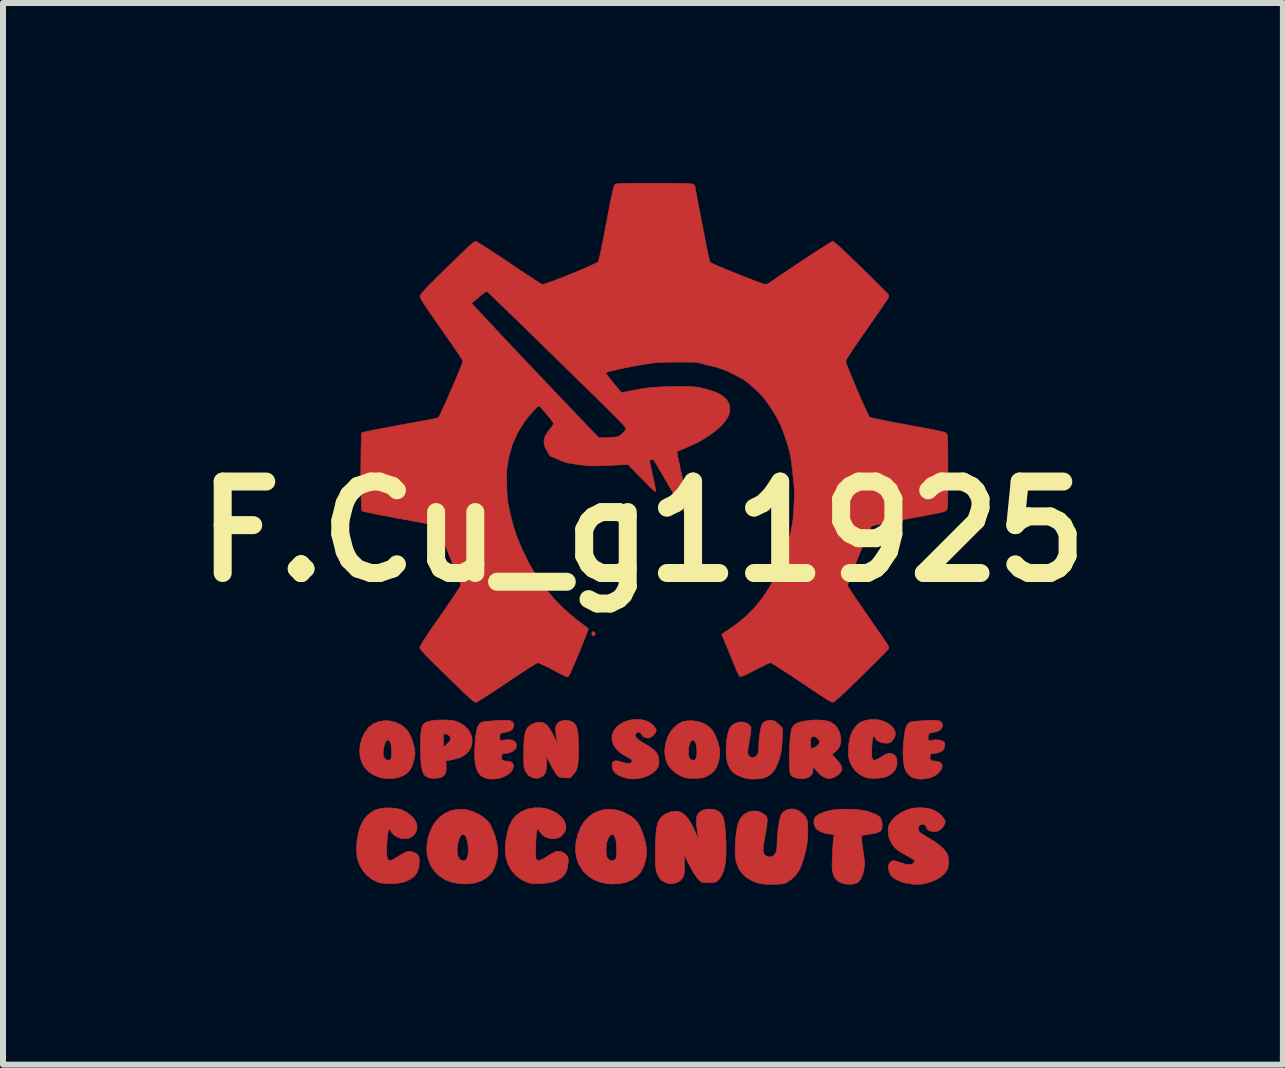
<source format=kicad_pcb>
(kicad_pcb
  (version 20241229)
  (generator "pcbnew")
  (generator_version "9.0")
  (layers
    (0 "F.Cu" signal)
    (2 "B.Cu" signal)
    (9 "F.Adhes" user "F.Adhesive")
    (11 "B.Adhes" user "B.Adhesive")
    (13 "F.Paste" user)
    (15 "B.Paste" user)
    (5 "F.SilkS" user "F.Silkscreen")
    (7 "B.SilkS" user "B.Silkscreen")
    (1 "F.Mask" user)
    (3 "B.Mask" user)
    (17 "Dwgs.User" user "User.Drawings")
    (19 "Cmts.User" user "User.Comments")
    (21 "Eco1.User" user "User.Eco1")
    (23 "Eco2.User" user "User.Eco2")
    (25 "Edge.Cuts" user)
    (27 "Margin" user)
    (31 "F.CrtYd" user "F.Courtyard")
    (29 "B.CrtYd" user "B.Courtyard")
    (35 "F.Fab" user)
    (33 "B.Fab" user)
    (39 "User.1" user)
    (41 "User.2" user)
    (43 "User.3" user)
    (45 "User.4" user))
  (footprint "F.Cu_g11925"
    (layer "F.Cu")
    (at 7.664 5.809)
    (property "Reference" "F.Cu_g11925" (at 0 0 0) (layer "F.SilkS") (effects (font (size 1.524 1.524) (thickness 0.3))))
    (attr through_hole)
    (fp_poly (pts (xy -0.809 1.679) (xy -0.806 1.682) (xy -0.789 1.697) (xy -0.792 1.708) (xy -0.806 1.72) (xy -0.833 1.737) (xy -0.847 1.733) (xy -0.851 1.708) (xy -0.851 1.702) (xy -0.847 1.672) (xy -0.835 1.665) (xy -0.809 1.679)) (stroke (width 0.01) (type solid)) (fill yes) (layer "F.Cu"))
    (fp_poly (pts (xy -4.215 3.154) (xy -4.119 3.178) (xy -4.029 3.222) (xy -3.958 3.276) (xy -3.913 3.331) (xy -3.872 3.406) (xy -3.838 3.495) (xy -3.812 3.595) (xy -3.807 3.62) (xy -3.801 3.666) (xy -3.799 3.705) (xy -3.804 3.745) (xy -3.815 3.797) (xy -3.82 3.815) (xy -3.847 3.904) (xy -3.883 3.972) (xy -3.931 4.024) (xy -3.995 4.065) (xy -4.056 4.09) (xy -4.124 4.106) (xy -4.206 4.113) (xy -4.29 4.112) (xy -4.367 4.101) (xy -4.381 4.097) (xy -4.485 4.057) (xy -4.572 3.999) (xy -4.641 3.924) (xy -4.682 3.854) (xy -4.712 3.76) (xy -4.719 3.685) (xy -4.33 3.685) (xy -4.327 3.733) (xy -4.326 3.738) (xy -4.307 3.777) (xy -4.278 3.802) (xy -4.244 3.811) (xy -4.213 3.799) (xy -4.203 3.79) (xy -4.193 3.764) (xy -4.188 3.721) (xy -4.186 3.667) (xy -4.189 3.61) (xy -4.196 3.558) (xy -4.207 3.517) (xy -4.208 3.514) (xy -4.229 3.479) (xy -4.251 3.47) (xy -4.275 3.486) (xy -4.297 3.521) (xy -4.313 3.568) (xy -4.325 3.627) (xy -4.33 3.685) (xy -4.719 3.685) (xy -4.721 3.657) (xy -4.712 3.552) (xy -4.684 3.448) (xy -4.639 3.353) (xy -4.579 3.271) (xy -4.564 3.257) (xy -4.49 3.201) (xy -4.404 3.166) (xy -4.311 3.15) (xy -4.215 3.154)) (stroke (width 0.01) (type solid)) (fill yes) (layer "F.Cu"))
    (fp_poly (pts (xy 0.908 3.161) (xy 0.958 3.176) (xy 1.044 3.214) (xy 1.109 3.26) (xy 1.16 3.316) (xy 1.194 3.373) (xy 1.24 3.481) (xy 1.269 3.586) (xy 1.28 3.683) (xy 1.279 3.725) (xy 1.262 3.831) (xy 1.231 3.918) (xy 1.184 3.988) (xy 1.12 4.044) (xy 1.069 4.073) (xy 1.03 4.09) (xy 0.992 4.101) (xy 0.948 4.107) (xy 0.889 4.11) (xy 0.877 4.111) (xy 0.818 4.111) (xy 0.762 4.108) (xy 0.72 4.104) (xy 0.708 4.102) (xy 0.628 4.072) (xy 0.55 4.025) (xy 0.481 3.966) (xy 0.426 3.901) (xy 0.4 3.853) (xy 0.369 3.748) (xy 0.364 3.666) (xy 0.756 3.666) (xy 0.76 3.732) (xy 0.775 3.777) (xy 0.801 3.802) (xy 0.839 3.81) (xy 0.839 3.81) (xy 0.864 3.806) (xy 0.88 3.788) (xy 0.89 3.763) (xy 0.898 3.719) (xy 0.899 3.66) (xy 0.895 3.598) (xy 0.885 3.542) (xy 0.874 3.509) (xy 0.852 3.479) (xy 0.829 3.472) (xy 0.807 3.485) (xy 0.786 3.516) (xy 0.77 3.561) (xy 0.759 3.619) (xy 0.756 3.666) (xy 0.364 3.666) (xy 0.362 3.637) (xy 0.379 3.522) (xy 0.419 3.407) (xy 0.422 3.4) (xy 0.467 3.323) (xy 0.526 3.255) (xy 0.592 3.201) (xy 0.656 3.17) (xy 0.734 3.153) (xy 0.822 3.151) (xy 0.908 3.161)) (stroke (width 0.01) (type solid)) (fill yes) (layer "F.Cu"))
    (fp_poly (pts (xy -2.982 4.627) (xy -2.904 4.642) (xy -2.806 4.675) (xy -2.716 4.721) (xy -2.637 4.776) (xy -2.575 4.837) (xy -2.54 4.89) (xy -2.497 4.986) (xy -2.461 5.086) (xy -2.435 5.186) (xy -2.42 5.278) (xy -2.417 5.357) (xy -2.419 5.375) (xy -2.432 5.451) (xy -2.452 5.529) (xy -2.478 5.602) (xy -2.507 5.661) (xy -2.528 5.693) (xy -2.604 5.765) (xy -2.697 5.819) (xy -2.804 5.854) (xy -2.926 5.87) (xy -3.056 5.866) (xy -3.183 5.843) (xy -3.294 5.8) (xy -3.39 5.739) (xy -3.47 5.663) (xy -3.532 5.573) (xy -3.575 5.472) (xy -3.599 5.361) (xy -3.601 5.276) (xy -3.096 5.276) (xy -3.096 5.348) (xy -3.084 5.408) (xy -3.081 5.416) (xy -3.055 5.457) (xy -3.021 5.481) (xy -2.985 5.486) (xy -2.952 5.47) (xy -2.939 5.455) (xy -2.922 5.413) (xy -2.913 5.354) (xy -2.911 5.285) (xy -2.917 5.213) (xy -2.928 5.145) (xy -2.947 5.088) (xy -2.949 5.082) (xy -2.973 5.053) (xy -3.002 5.045) (xy -3.03 5.06) (xy -3.039 5.071) (xy -3.067 5.129) (xy -3.086 5.2) (xy -3.096 5.276) (xy -3.601 5.276) (xy -3.602 5.242) (xy -3.584 5.117) (xy -3.543 4.988) (xy -3.524 4.944) (xy -3.465 4.843) (xy -3.389 4.759) (xy -3.3 4.694) (xy -3.201 4.649) (xy -3.094 4.627) (xy -2.982 4.627)) (stroke (width 0.01) (type solid)) (fill yes) (layer "F.Cu"))
    (fp_poly (pts (xy -0.446 4.637) (xy -0.328 4.673) (xy -0.212 4.735) (xy -0.195 4.745) (xy -0.139 4.79) (xy -0.092 4.844) (xy -0.051 4.913) (xy -0.014 5.001) (xy 0.006 5.058) (xy 0.04 5.175) (xy 0.058 5.28) (xy 0.059 5.378) (xy 0.044 5.475) (xy 0.013 5.578) (xy 0.01 5.586) (xy -0.036 5.673) (xy -0.101 5.746) (xy -0.183 5.803) (xy -0.282 5.843) (xy -0.394 5.866) (xy -0.519 5.871) (xy -0.58 5.867) (xy -0.707 5.843) (xy -0.819 5.798) (xy -0.917 5.736) (xy -0.997 5.657) (xy -1.059 5.563) (xy -1.101 5.456) (xy -1.122 5.339) (xy -1.121 5.306) (xy -0.616 5.306) (xy -0.612 5.366) (xy -0.603 5.414) (xy -0.593 5.438) (xy -0.559 5.472) (xy -0.52 5.485) (xy -0.482 5.476) (xy -0.462 5.46) (xy -0.451 5.444) (xy -0.444 5.422) (xy -0.44 5.39) (xy -0.438 5.34) (xy -0.438 5.298) (xy -0.442 5.207) (xy -0.452 5.136) (xy -0.468 5.083) (xy -0.488 5.052) (xy -0.512 5.041) (xy -0.539 5.054) (xy -0.568 5.09) (xy -0.592 5.138) (xy -0.606 5.184) (xy -0.614 5.243) (xy -0.616 5.306) (xy -1.121 5.306) (xy -1.12 5.212) (xy -1.117 5.186) (xy -1.089 5.056) (xy -1.044 4.939) (xy -0.984 4.839) (xy -0.91 4.756) (xy -0.823 4.693) (xy -0.79 4.677) (xy -0.678 4.638) (xy -0.562 4.625) (xy -0.446 4.637)) (stroke (width 0.01) (type solid)) (fill yes) (layer "F.Cu"))
    (fp_poly (pts (xy 3.942 3.139) (xy 4.015 3.161) (xy 4.079 3.193) (xy 4.133 3.232) (xy 4.174 3.277) (xy 4.199 3.326) (xy 4.206 3.378) (xy 4.192 3.431) (xy 4.16 3.477) (xy 4.134 3.504) (xy 4.11 3.518) (xy 4.08 3.523) (xy 4.042 3.524) (xy 3.979 3.517) (xy 3.925 3.496) (xy 3.886 3.465) (xy 3.867 3.431) (xy 3.856 3.411) (xy 3.844 3.407) (xy 3.834 3.423) (xy 3.825 3.461) (xy 3.818 3.52) (xy 3.813 3.596) (xy 3.811 3.671) (xy 3.813 3.738) (xy 3.82 3.782) (xy 3.837 3.805) (xy 3.864 3.808) (xy 3.906 3.791) (xy 3.964 3.757) (xy 3.974 3.751) (xy 4.028 3.719) (xy 4.068 3.7) (xy 4.101 3.694) (xy 4.113 3.693) (xy 4.168 3.706) (xy 4.207 3.737) (xy 4.229 3.786) (xy 4.234 3.85) (xy 4.227 3.903) (xy 4.201 3.968) (xy 4.154 4.024) (xy 4.091 4.067) (xy 4.056 4.082) (xy 3.991 4.099) (xy 3.914 4.109) (xy 3.834 4.111) (xy 3.76 4.106) (xy 3.702 4.093) (xy 3.701 4.092) (xy 3.615 4.049) (xy 3.54 3.987) (xy 3.5 3.938) (xy 3.454 3.855) (xy 3.428 3.762) (xy 3.42 3.656) (xy 3.428 3.55) (xy 3.447 3.447) (xy 3.473 3.363) (xy 3.51 3.293) (xy 3.551 3.239) (xy 3.588 3.202) (xy 3.622 3.177) (xy 3.665 3.159) (xy 3.698 3.148) (xy 3.781 3.131) (xy 3.863 3.129) (xy 3.942 3.139)) (stroke (width 0.01) (type solid)) (fill yes) (layer "F.Cu"))
    (fp_poly (pts (xy -3.284 3.139) (xy -3.216 3.143) (xy -3.166 3.148) (xy -3.125 3.157) (xy -3.087 3.171) (xy -3.064 3.181) (xy -2.983 3.229) (xy -2.92 3.288) (xy -2.877 3.355) (xy -2.852 3.427) (xy -2.846 3.501) (xy -2.859 3.573) (xy -2.89 3.641) (xy -2.94 3.699) (xy -3.008 3.746) (xy -3.072 3.772) (xy -3.127 3.788) (xy -3.183 3.801) (xy -3.221 3.808) (xy -3.283 3.817) (xy -3.279 3.903) (xy -3.28 3.977) (xy -3.293 4.03) (xy -3.318 4.067) (xy -3.344 4.085) (xy -3.396 4.102) (xy -3.46 4.11) (xy -3.525 4.108) (xy -3.575 4.097) (xy -3.612 4.078) (xy -3.642 4.055) (xy -3.646 4.05) (xy -3.668 4.007) (xy -3.685 3.945) (xy -3.697 3.861) (xy -3.705 3.754) (xy -3.708 3.624) (xy -3.708 3.59) (xy -3.707 3.48) (xy -3.707 3.461) (xy -3.327 3.461) (xy -3.327 3.505) (xy -3.325 3.545) (xy -3.321 3.573) (xy -3.317 3.581) (xy -3.302 3.573) (xy -3.277 3.552) (xy -3.26 3.537) (xy -3.222 3.494) (xy -3.206 3.459) (xy -3.21 3.426) (xy -3.218 3.411) (xy -3.241 3.389) (xy -3.274 3.374) (xy -3.305 3.37) (xy -3.318 3.374) (xy -3.323 3.388) (xy -3.326 3.42) (xy -3.327 3.461) (xy -3.707 3.461) (xy -3.704 3.392) (xy -3.697 3.323) (xy -3.687 3.271) (xy -3.673 3.233) (xy -3.654 3.205) (xy -3.638 3.189) (xy -3.598 3.169) (xy -3.537 3.154) (xy -3.459 3.143) (xy -3.368 3.138) (xy -3.284 3.139)) (stroke (width 0.01) (type solid)) (fill yes) (layer "F.Cu"))
    (fp_poly (pts (xy 2.183 3.152) (xy 2.216 3.17) (xy 2.253 3.202) (xy 2.265 3.214) (xy 2.327 3.276) (xy 2.321 3.457) (xy 2.315 3.557) (xy 2.307 3.639) (xy 2.293 3.713) (xy 2.272 3.787) (xy 2.242 3.868) (xy 2.239 3.876) (xy 2.196 3.966) (xy 2.141 4.034) (xy 2.075 4.081) (xy 1.993 4.11) (xy 1.902 4.121) (xy 1.848 4.122) (xy 1.798 4.122) (xy 1.764 4.12) (xy 1.759 4.119) (xy 1.698 4.106) (xy 1.632 4.083) (xy 1.573 4.058) (xy 1.549 4.044) (xy 1.492 4.001) (xy 1.45 3.948) (xy 1.421 3.892) (xy 1.402 3.831) (xy 1.39 3.751) (xy 1.385 3.66) (xy 1.388 3.563) (xy 1.396 3.468) (xy 1.411 3.38) (xy 1.432 3.306) (xy 1.444 3.279) (xy 1.48 3.232) (xy 1.532 3.196) (xy 1.595 3.175) (xy 1.639 3.17) (xy 1.694 3.178) (xy 1.744 3.199) (xy 1.781 3.229) (xy 1.799 3.261) (xy 1.8 3.285) (xy 1.796 3.33) (xy 1.789 3.389) (xy 1.778 3.457) (xy 1.773 3.486) (xy 1.759 3.566) (xy 1.75 3.626) (xy 1.747 3.668) (xy 1.748 3.697) (xy 1.751 3.711) (xy 1.776 3.748) (xy 1.811 3.765) (xy 1.85 3.763) (xy 1.887 3.74) (xy 1.906 3.716) (xy 1.919 3.688) (xy 1.927 3.652) (xy 1.93 3.601) (xy 1.93 3.567) (xy 1.933 3.499) (xy 1.939 3.426) (xy 1.949 3.354) (xy 1.961 3.289) (xy 1.974 3.237) (xy 1.988 3.205) (xy 1.988 3.204) (xy 2.029 3.164) (xy 2.083 3.144) (xy 2.145 3.143) (xy 2.183 3.152)) (stroke (width 0.01) (type solid)) (fill yes) (layer "F.Cu"))
    (fp_poly (pts (xy -2.242 3.144) (xy -2.216 3.146) (xy -2.216 3.147) (xy -2.175 3.17) (xy -2.153 3.205) (xy -2.154 3.25) (xy -2.159 3.263) (xy -2.183 3.3) (xy -2.223 3.325) (xy -2.282 3.341) (xy -2.304 3.345) (xy -2.349 3.354) (xy -2.375 3.369) (xy -2.385 3.397) (xy -2.387 3.431) (xy -2.381 3.468) (xy -2.364 3.486) (xy -2.338 3.48) (xy -2.336 3.479) (xy -2.314 3.472) (xy -2.276 3.468) (xy -2.246 3.467) (xy -2.182 3.474) (xy -2.137 3.496) (xy -2.113 3.53) (xy -2.109 3.56) (xy -2.114 3.595) (xy -2.125 3.621) (xy -2.166 3.658) (xy -2.222 3.684) (xy -2.282 3.696) (xy -2.288 3.696) (xy -2.324 3.697) (xy -2.342 3.704) (xy -2.351 3.722) (xy -2.355 3.741) (xy -2.357 3.783) (xy -2.343 3.808) (xy -2.309 3.821) (xy -2.275 3.823) (xy -2.216 3.829) (xy -2.179 3.85) (xy -2.161 3.886) (xy -2.159 3.908) (xy -2.171 3.96) (xy -2.204 4.008) (xy -2.255 4.05) (xy -2.319 4.084) (xy -2.392 4.109) (xy -2.471 4.121) (xy -2.551 4.121) (xy -2.59 4.114) (xy -2.654 4.094) (xy -2.707 4.06) (xy -2.747 4.011) (xy -2.776 3.946) (xy -2.795 3.862) (xy -2.804 3.758) (xy -2.804 3.633) (xy -2.802 3.594) (xy -2.794 3.471) (xy -2.782 3.372) (xy -2.767 3.294) (xy -2.746 3.237) (xy -2.721 3.198) (xy -2.69 3.176) (xy -2.689 3.175) (xy -2.662 3.169) (xy -2.616 3.163) (xy -2.556 3.157) (xy -2.487 3.152) (xy -2.416 3.147) (xy -2.348 3.144) (xy -2.288 3.143) (xy -2.242 3.144)) (stroke (width 0.01) (type solid)) (fill yes) (layer "F.Cu"))
    (fp_poly (pts (xy -0.053 3.128) (xy 0.031 3.145) (xy 0.106 3.176) (xy 0.168 3.223) (xy 0.205 3.271) (xy 0.219 3.298) (xy 0.221 3.318) (xy 0.21 3.345) (xy 0.205 3.354) (xy 0.178 3.389) (xy 0.141 3.419) (xy 0.137 3.422) (xy 0.104 3.437) (xy 0.075 3.439) (xy 0.041 3.431) (xy 0.003 3.415) (xy -0.019 3.39) (xy -0.024 3.378) (xy -0.044 3.349) (xy -0.071 3.339) (xy -0.1 3.346) (xy -0.121 3.369) (xy -0.127 3.398) (xy -0.121 3.421) (xy -0.102 3.445) (xy -0.067 3.473) (xy -0.014 3.508) (xy 0.025 3.531) (xy 0.112 3.584) (xy 0.176 3.633) (xy 0.222 3.681) (xy 0.25 3.731) (xy 0.264 3.786) (xy 0.267 3.83) (xy 0.257 3.903) (xy 0.225 3.964) (xy 0.171 4.015) (xy 0.162 4.022) (xy 0.056 4.079) (xy -0.055 4.112) (xy -0.167 4.121) (xy -0.265 4.109) (xy -0.357 4.083) (xy -0.426 4.05) (xy -0.474 4.01) (xy -0.503 3.962) (xy -0.513 3.924) (xy -0.515 3.871) (xy -0.502 3.837) (xy -0.471 3.82) (xy -0.423 3.82) (xy -0.357 3.838) (xy -0.352 3.84) (xy -0.285 3.859) (xy -0.232 3.863) (xy -0.197 3.853) (xy -0.181 3.828) (xy -0.18 3.826) (xy -0.182 3.81) (xy -0.195 3.794) (xy -0.223 3.776) (xy -0.266 3.753) (xy -0.362 3.696) (xy -0.434 3.634) (xy -0.483 3.565) (xy -0.491 3.55) (xy -0.516 3.471) (xy -0.515 3.396) (xy -0.49 3.325) (xy -0.441 3.259) (xy -0.399 3.222) (xy -0.32 3.174) (xy -0.233 3.143) (xy -0.143 3.128) (xy -0.053 3.128)) (stroke (width 0.01) (type solid)) (fill yes) (layer "F.Cu"))
    (fp_poly (pts (xy 4.863 3.144) (xy 4.912 3.148) (xy 4.946 3.156) (xy 4.964 3.167) (xy 4.984 3.196) (xy 4.991 3.222) (xy 4.981 3.27) (xy 4.951 3.306) (xy 4.899 3.331) (xy 4.83 3.346) (xy 4.787 3.355) (xy 4.763 3.372) (xy 4.752 3.402) (xy 4.75 3.444) (xy 4.757 3.474) (xy 4.78 3.485) (xy 4.807 3.479) (xy 4.851 3.47) (xy 4.905 3.469) (xy 4.957 3.476) (xy 4.992 3.489) (xy 5.019 3.51) (xy 5.029 3.539) (xy 5.029 3.556) (xy 5.024 3.595) (xy 5.011 3.627) (xy 5.011 3.628) (xy 4.975 3.66) (xy 4.922 3.684) (xy 4.862 3.695) (xy 4.848 3.696) (xy 4.813 3.697) (xy 4.795 3.704) (xy 4.787 3.724) (xy 4.784 3.743) (xy 4.782 3.784) (xy 4.795 3.808) (xy 4.827 3.82) (xy 4.866 3.823) (xy 4.92 3.83) (xy 4.961 3.852) (xy 4.984 3.883) (xy 4.985 3.922) (xy 4.957 3.984) (xy 4.908 4.037) (xy 4.841 4.079) (xy 4.758 4.108) (xy 4.674 4.121) (xy 4.633 4.124) (xy 4.602 4.123) (xy 4.591 4.122) (xy 4.571 4.117) (xy 4.538 4.11) (xy 4.53 4.109) (xy 4.474 4.088) (xy 4.423 4.047) (xy 4.383 3.994) (xy 4.363 3.948) (xy 4.348 3.878) (xy 4.338 3.79) (xy 4.334 3.692) (xy 4.336 3.589) (xy 4.343 3.499) (xy 4.354 3.407) (xy 4.364 3.336) (xy 4.376 3.283) (xy 4.389 3.245) (xy 4.404 3.216) (xy 4.418 3.2) (xy 4.435 3.185) (xy 4.454 3.175) (xy 4.481 3.167) (xy 4.52 3.162) (xy 4.578 3.156) (xy 4.598 3.155) (xy 4.708 3.147) (xy 4.796 3.143) (xy 4.863 3.144)) (stroke (width 0.01) (type solid)) (fill yes) (layer "F.Cu"))
    (fp_poly (pts (xy -4.111 4.612) (xy -4.035 4.629) (xy -4.022 4.634) (xy -3.926 4.683) (xy -3.847 4.747) (xy -3.805 4.798) (xy -3.773 4.862) (xy -3.764 4.927) (xy -3.775 4.988) (xy -3.805 5.042) (xy -3.851 5.084) (xy -3.911 5.111) (xy -3.968 5.118) (xy -4.037 5.109) (xy -4.102 5.085) (xy -4.156 5.049) (xy -4.193 5.004) (xy -4.196 4.999) (xy -4.213 4.971) (xy -4.226 4.96) (xy -4.238 4.97) (xy -4.247 5) (xy -4.255 5.052) (xy -4.262 5.128) (xy -4.266 5.176) (xy -4.271 5.278) (xy -4.271 5.358) (xy -4.266 5.416) (xy -4.255 5.455) (xy -4.238 5.476) (xy -4.214 5.482) (xy -4.197 5.478) (xy -4.176 5.468) (xy -4.139 5.448) (xy -4.094 5.421) (xy -4.073 5.408) (xy -4.024 5.378) (xy -3.979 5.353) (xy -3.945 5.335) (xy -3.936 5.332) (xy -3.888 5.326) (xy -3.833 5.337) (xy -3.783 5.36) (xy -3.757 5.381) (xy -3.742 5.401) (xy -3.733 5.424) (xy -3.728 5.458) (xy -3.728 5.51) (xy -3.736 5.601) (xy -3.761 5.676) (xy -3.806 5.737) (xy -3.871 5.788) (xy -3.96 5.831) (xy -3.961 5.831) (xy -4.024 5.848) (xy -4.104 5.86) (xy -4.191 5.865) (xy -4.277 5.864) (xy -4.355 5.856) (xy -4.409 5.844) (xy -4.508 5.798) (xy -4.595 5.732) (xy -4.668 5.648) (xy -4.723 5.55) (xy -4.76 5.441) (xy -4.763 5.425) (xy -4.772 5.347) (xy -4.772 5.254) (xy -4.764 5.151) (xy -4.748 5.047) (xy -4.744 5.029) (xy -4.709 4.91) (xy -4.658 4.809) (xy -4.592 4.727) (xy -4.511 4.664) (xy -4.451 4.635) (xy -4.378 4.615) (xy -4.291 4.604) (xy -4.199 4.603) (xy -4.111 4.612)) (stroke (width 0.01) (type solid)) (fill yes) (layer "F.Cu"))
    (fp_poly (pts (xy 3.029 3.148) (xy 3.101 3.164) (xy 3.127 3.175) (xy 3.187 3.211) (xy 3.231 3.258) (xy 3.266 3.324) (xy 3.276 3.347) (xy 3.298 3.435) (xy 3.297 3.515) (xy 3.272 3.588) (xy 3.224 3.65) (xy 3.202 3.669) (xy 3.149 3.711) (xy 3.211 3.777) (xy 3.267 3.843) (xy 3.302 3.899) (xy 3.315 3.948) (xy 3.306 3.99) (xy 3.278 4.03) (xy 3.268 4.039) (xy 3.199 4.088) (xy 3.131 4.111) (xy 3.064 4.11) (xy 2.998 4.082) (xy 2.933 4.03) (xy 2.883 3.971) (xy 2.838 3.911) (xy 2.832 3.973) (xy 2.821 4.029) (xy 2.797 4.066) (xy 2.758 4.093) (xy 2.747 4.098) (xy 2.699 4.11) (xy 2.638 4.113) (xy 2.577 4.109) (xy 2.531 4.098) (xy 2.501 4.086) (xy 2.479 4.072) (xy 2.463 4.054) (xy 2.453 4.026) (xy 2.447 3.985) (xy 2.443 3.927) (xy 2.441 3.848) (xy 2.44 3.832) (xy 2.44 3.723) (xy 2.442 3.617) (xy 2.447 3.517) (xy 2.448 3.515) (xy 2.794 3.515) (xy 2.795 3.56) (xy 2.798 3.594) (xy 2.802 3.61) (xy 2.802 3.61) (xy 2.82 3.612) (xy 2.85 3.601) (xy 2.885 3.581) (xy 2.911 3.559) (xy 2.938 3.527) (xy 2.944 3.499) (xy 2.927 3.469) (xy 2.904 3.444) (xy 2.876 3.419) (xy 2.855 3.41) (xy 2.833 3.414) (xy 2.828 3.416) (xy 2.81 3.424) (xy 2.8 3.437) (xy 2.795 3.46) (xy 2.794 3.5) (xy 2.794 3.515) (xy 2.448 3.515) (xy 2.455 3.427) (xy 2.465 3.351) (xy 2.476 3.294) (xy 2.487 3.264) (xy 2.519 3.222) (xy 2.571 3.19) (xy 2.645 3.165) (xy 2.737 3.149) (xy 2.841 3.139) (xy 2.941 3.139) (xy 3.029 3.148)) (stroke (width 0.01) (type solid)) (fill yes) (layer "F.Cu"))
    (fp_poly (pts (xy 3.454 4.626) (xy 3.537 4.63) (xy 3.6 4.634) (xy 3.651 4.641) (xy 3.696 4.65) (xy 3.742 4.662) (xy 3.759 4.667) (xy 3.83 4.691) (xy 3.881 4.711) (xy 3.916 4.73) (xy 3.941 4.75) (xy 3.96 4.775) (xy 3.963 4.779) (xy 3.98 4.822) (xy 3.987 4.876) (xy 3.985 4.929) (xy 3.974 4.968) (xy 3.954 4.991) (xy 3.917 5.01) (xy 3.862 5.026) (xy 3.785 5.04) (xy 3.77 5.042) (xy 3.718 5.051) (xy 3.676 5.058) (xy 3.65 5.065) (xy 3.646 5.067) (xy 3.642 5.081) (xy 3.643 5.117) (xy 3.648 5.175) (xy 3.659 5.256) (xy 3.665 5.297) (xy 3.677 5.381) (xy 3.685 5.445) (xy 3.69 5.495) (xy 3.691 5.536) (xy 3.689 5.573) (xy 3.684 5.611) (xy 3.684 5.613) (xy 3.665 5.701) (xy 3.635 5.775) (xy 3.598 5.829) (xy 3.579 5.846) (xy 3.537 5.865) (xy 3.479 5.875) (xy 3.412 5.875) (xy 3.354 5.867) (xy 3.278 5.841) (xy 3.221 5.8) (xy 3.181 5.74) (xy 3.158 5.662) (xy 3.152 5.606) (xy 3.151 5.565) (xy 3.152 5.507) (xy 3.155 5.437) (xy 3.158 5.362) (xy 3.162 5.285) (xy 3.167 5.213) (xy 3.172 5.15) (xy 3.177 5.101) (xy 3.182 5.073) (xy 3.182 5.072) (xy 3.184 5.058) (xy 3.177 5.049) (xy 3.155 5.043) (xy 3.113 5.039) (xy 3.104 5.038) (xy 3.026 5.024) (xy 2.956 4.998) (xy 2.902 4.963) (xy 2.879 4.939) (xy 2.862 4.904) (xy 2.85 4.861) (xy 2.848 4.849) (xy 2.852 4.794) (xy 2.879 4.749) (xy 2.928 4.711) (xy 2.982 4.686) (xy 3.068 4.658) (xy 3.156 4.639) (xy 3.252 4.628) (xy 3.363 4.625) (xy 3.454 4.626)) (stroke (width 0.01) (type solid)) (fill yes) (layer "F.Cu"))
    (fp_poly (pts (xy -1.695 4.603) (xy -1.598 4.62) (xy -1.508 4.652) (xy -1.429 4.696) (xy -1.365 4.75) (xy -1.317 4.812) (xy -1.289 4.88) (xy -1.283 4.929) (xy -1.294 4.983) (xy -1.326 5.036) (xy -1.374 5.083) (xy -1.383 5.089) (xy -1.439 5.112) (xy -1.503 5.118) (xy -1.57 5.107) (xy -1.633 5.082) (xy -1.685 5.044) (xy -1.719 4.998) (xy -1.734 4.969) (xy -1.746 4.959) (xy -1.758 4.966) (xy -1.76 4.968) (xy -1.767 4.981) (xy -1.773 5.007) (xy -1.778 5.049) (xy -1.782 5.109) (xy -1.786 5.19) (xy -1.786 5.214) (xy -1.789 5.296) (xy -1.79 5.355) (xy -1.79 5.398) (xy -1.788 5.426) (xy -1.784 5.444) (xy -1.777 5.456) (xy -1.769 5.465) (xy -1.75 5.476) (xy -1.728 5.478) (xy -1.699 5.47) (xy -1.658 5.449) (xy -1.603 5.416) (xy -1.575 5.398) (xy -1.528 5.369) (xy -1.485 5.345) (xy -1.454 5.33) (xy -1.446 5.328) (xy -1.394 5.326) (xy -1.339 5.342) (xy -1.291 5.373) (xy -1.276 5.388) (xy -1.258 5.411) (xy -1.249 5.432) (xy -1.245 5.46) (xy -1.246 5.503) (xy -1.247 5.524) (xy -1.262 5.618) (xy -1.294 5.695) (xy -1.345 5.756) (xy -1.417 5.804) (xy -1.479 5.831) (xy -1.533 5.845) (xy -1.603 5.855) (xy -1.681 5.862) (xy -1.759 5.865) (xy -1.831 5.863) (xy -1.888 5.856) (xy -1.911 5.85) (xy -2.019 5.802) (xy -2.112 5.734) (xy -2.188 5.648) (xy -2.245 5.548) (xy -2.282 5.434) (xy -2.287 5.405) (xy -2.296 5.299) (xy -2.288 5.175) (xy -2.265 5.032) (xy -2.265 5.03) (xy -2.23 4.91) (xy -2.18 4.809) (xy -2.114 4.728) (xy -2.032 4.667) (xy -1.934 4.625) (xy -1.819 4.603) (xy -1.797 4.601) (xy -1.695 4.603)) (stroke (width 0.01) (type solid)) (fill yes) (layer "F.Cu"))
    (fp_poly (pts (xy 2.521 4.623) (xy 2.58 4.643) (xy 2.633 4.677) (xy 2.683 4.722) (xy 2.721 4.77) (xy 2.727 4.781) (xy 2.737 4.814) (xy 2.743 4.867) (xy 2.746 4.935) (xy 2.746 5.011) (xy 2.743 5.092) (xy 2.736 5.171) (xy 2.727 5.244) (xy 2.725 5.252) (xy 2.706 5.341) (xy 2.68 5.436) (xy 2.65 5.528) (xy 2.619 5.607) (xy 2.604 5.637) (xy 2.552 5.716) (xy 2.483 5.786) (xy 2.41 5.836) (xy 2.381 5.852) (xy 2.355 5.862) (xy 2.326 5.869) (xy 2.288 5.873) (xy 2.236 5.875) (xy 2.178 5.876) (xy 2.072 5.876) (xy 1.99 5.87) (xy 1.939 5.861) (xy 1.824 5.821) (xy 1.728 5.765) (xy 1.65 5.693) (xy 1.592 5.606) (xy 1.555 5.505) (xy 1.551 5.489) (xy 1.54 5.411) (xy 1.536 5.315) (xy 1.538 5.21) (xy 1.545 5.102) (xy 1.558 4.998) (xy 1.575 4.905) (xy 1.594 4.838) (xy 1.631 4.768) (xy 1.684 4.713) (xy 1.748 4.675) (xy 1.82 4.656) (xy 1.894 4.656) (xy 1.966 4.677) (xy 2.024 4.714) (xy 2.052 4.739) (xy 2.065 4.763) (xy 2.07 4.795) (xy 2.07 4.817) (xy 2.067 4.855) (xy 2.061 4.911) (xy 2.051 4.977) (xy 2.038 5.045) (xy 2.038 5.048) (xy 2.025 5.118) (xy 2.014 5.186) (xy 2.007 5.246) (xy 2.004 5.288) (xy 2.004 5.288) (xy 2.004 5.333) (xy 2.01 5.36) (xy 2.024 5.381) (xy 2.037 5.393) (xy 2.083 5.418) (xy 2.131 5.42) (xy 2.169 5.403) (xy 2.197 5.378) (xy 2.216 5.345) (xy 2.228 5.3) (xy 2.234 5.238) (xy 2.235 5.177) (xy 2.238 5.108) (xy 2.244 5.03) (xy 2.253 4.949) (xy 2.265 4.871) (xy 2.278 4.801) (xy 2.292 4.746) (xy 2.305 4.713) (xy 2.341 4.668) (xy 2.394 4.637) (xy 2.456 4.621) (xy 2.521 4.623)) (stroke (width 0.01) (type solid)) (fill yes) (layer "F.Cu"))
    (fp_poly (pts (xy -1.241 3.148) (xy -1.191 3.162) (xy -1.189 3.163) (xy -1.156 3.184) (xy -1.13 3.213) (xy -1.109 3.252) (xy -1.094 3.305) (xy -1.084 3.374) (xy -1.078 3.461) (xy -1.075 3.57) (xy -1.074 3.626) (xy -1.075 3.734) (xy -1.079 3.82) (xy -1.087 3.888) (xy -1.099 3.943) (xy -1.117 3.987) (xy -1.142 4.025) (xy -1.169 4.055) (xy -1.219 4.105) (xy -1.309 4.1) (xy -1.358 4.096) (xy -1.388 4.09) (xy -1.41 4.079) (xy -1.43 4.058) (xy -1.436 4.051) (xy -1.457 4.021) (xy -1.485 3.976) (xy -1.516 3.921) (xy -1.54 3.877) (xy -1.608 3.747) (xy -1.607 3.864) (xy -1.609 3.939) (xy -1.618 3.994) (xy -1.635 4.035) (xy -1.661 4.067) (xy -1.677 4.08) (xy -1.733 4.106) (xy -1.796 4.109) (xy -1.861 4.09) (xy -1.867 4.087) (xy -1.91 4.059) (xy -1.941 4.02) (xy -1.956 3.994) (xy -1.967 3.971) (xy -1.975 3.949) (xy -1.981 3.925) (xy -1.984 3.893) (xy -1.986 3.85) (xy -1.987 3.791) (xy -1.987 3.727) (xy -1.626 3.727) (xy -1.619 3.734) (xy -1.613 3.727) (xy -1.619 3.721) (xy -1.626 3.727) (xy -1.987 3.727) (xy -1.987 3.712) (xy -1.987 3.689) (xy -1.985 3.578) (xy -1.982 3.488) (xy -1.975 3.417) (xy -1.965 3.361) (xy -1.951 3.317) (xy -1.933 3.281) (xy -1.923 3.268) (xy -1.875 3.222) (xy -1.814 3.191) (xy -1.747 3.175) (xy -1.683 3.178) (xy -1.641 3.193) (xy -1.604 3.222) (xy -1.563 3.272) (xy -1.521 3.337) (xy -1.481 3.415) (xy -1.446 3.499) (xy -1.434 3.528) (xy -1.428 3.539) (xy -1.428 3.531) (xy -1.432 3.505) (xy -1.439 3.462) (xy -1.446 3.408) (xy -1.449 3.385) (xy -1.456 3.314) (xy -1.455 3.263) (xy -1.444 3.224) (xy -1.421 3.194) (xy -1.394 3.17) (xy -1.352 3.152) (xy -1.298 3.144) (xy -1.241 3.148)) (stroke (width 0.01) (type solid)) (fill yes) (layer "F.Cu"))
    (fp_poly (pts (xy 4.656 4.601) (xy 4.739 4.61) (xy 4.809 4.626) (xy 4.811 4.627) (xy 4.872 4.654) (xy 4.929 4.691) (xy 4.977 4.734) (xy 5.014 4.777) (xy 5.034 4.819) (xy 5.035 4.85) (xy 5.015 4.894) (xy 4.981 4.939) (xy 4.939 4.975) (xy 4.907 4.992) (xy 4.858 5) (xy 4.809 4.996) (xy 4.766 4.981) (xy 4.736 4.958) (xy 4.724 4.928) (xy 4.713 4.897) (xy 4.683 4.88) (xy 4.659 4.877) (xy 4.619 4.887) (xy 4.593 4.913) (xy 4.586 4.95) (xy 4.598 4.991) (xy 4.604 5) (xy 4.622 5.017) (xy 4.658 5.042) (xy 4.706 5.072) (xy 4.761 5.105) (xy 4.766 5.108) (xy 4.861 5.166) (xy 4.943 5.226) (xy 5.008 5.286) (xy 5.054 5.342) (xy 5.079 5.392) (xy 5.091 5.46) (xy 5.092 5.532) (xy 5.082 5.597) (xy 5.068 5.637) (xy 5.02 5.704) (xy 4.948 5.763) (xy 4.852 5.814) (xy 4.745 5.853) (xy 4.636 5.875) (xy 4.516 5.877) (xy 4.394 5.86) (xy 4.318 5.839) (xy 4.247 5.81) (xy 4.187 5.777) (xy 4.144 5.742) (xy 4.129 5.724) (xy 4.1 5.662) (xy 4.088 5.603) (xy 4.094 5.551) (xy 4.116 5.51) (xy 4.145 5.49) (xy 4.165 5.483) (xy 4.188 5.483) (xy 4.22 5.491) (xy 4.268 5.508) (xy 4.281 5.512) (xy 4.364 5.538) (xy 4.429 5.549) (xy 4.477 5.544) (xy 4.508 5.525) (xy 4.524 5.501) (xy 4.526 5.482) (xy 4.513 5.469) (xy 4.482 5.448) (xy 4.437 5.421) (xy 4.383 5.391) (xy 4.379 5.389) (xy 4.297 5.343) (xy 4.235 5.3) (xy 4.187 5.255) (xy 4.15 5.205) (xy 4.117 5.144) (xy 4.092 5.065) (xy 4.084 4.984) (xy 4.094 4.908) (xy 4.108 4.87) (xy 4.155 4.8) (xy 4.222 4.736) (xy 4.304 4.68) (xy 4.397 4.637) (xy 4.493 4.609) (xy 4.57 4.601) (xy 4.656 4.601)) (stroke (width 0.01) (type solid)) (fill yes) (layer "F.Cu"))
    (fp_poly (pts (xy 1.185 4.63) (xy 1.249 4.653) (xy 1.298 4.694) (xy 1.329 4.741) (xy 1.343 4.782) (xy 1.356 4.844) (xy 1.366 4.923) (xy 1.375 5.013) (xy 1.38 5.111) (xy 1.384 5.213) (xy 1.384 5.312) (xy 1.381 5.407) (xy 1.376 5.491) (xy 1.367 5.56) (xy 1.364 5.573) (xy 1.34 5.662) (xy 1.306 5.738) (xy 1.267 5.795) (xy 1.239 5.821) (xy 1.215 5.835) (xy 1.188 5.843) (xy 1.15 5.847) (xy 1.094 5.848) (xy 1.09 5.848) (xy 1.036 5.848) (xy 1.001 5.845) (xy 0.977 5.839) (xy 0.957 5.826) (xy 0.934 5.805) (xy 0.934 5.805) (xy 0.893 5.756) (xy 0.846 5.687) (xy 0.795 5.599) (xy 0.741 5.495) (xy 0.729 5.468) (xy 0.705 5.42) (xy 0.689 5.393) (xy 0.682 5.387) (xy 0.683 5.397) (xy 0.687 5.429) (xy 0.69 5.478) (xy 0.692 5.537) (xy 0.692 5.575) (xy 0.691 5.641) (xy 0.688 5.688) (xy 0.681 5.722) (xy 0.67 5.752) (xy 0.666 5.759) (xy 0.627 5.809) (xy 0.572 5.845) (xy 0.507 5.863) (xy 0.438 5.864) (xy 0.387 5.851) (xy 0.335 5.827) (xy 0.299 5.801) (xy 0.271 5.765) (xy 0.262 5.75) (xy 0.242 5.711) (xy 0.227 5.669) (xy 0.217 5.62) (xy 0.209 5.56) (xy 0.205 5.485) (xy 0.205 5.393) (xy 0.206 5.28) (xy 0.207 5.255) (xy 0.211 5.129) (xy 0.217 5.025) (xy 0.227 4.942) (xy 0.241 4.874) (xy 0.261 4.821) (xy 0.287 4.778) (xy 0.32 4.744) (xy 0.361 4.714) (xy 0.393 4.696) (xy 0.47 4.667) (xy 0.546 4.659) (xy 0.616 4.671) (xy 0.669 4.697) (xy 0.703 4.728) (xy 0.741 4.77) (xy 0.769 4.809) (xy 0.792 4.847) (xy 0.819 4.897) (xy 0.847 4.953) (xy 0.873 5.009) (xy 0.895 5.059) (xy 0.909 5.099) (xy 0.914 5.12) (xy 0.919 5.13) (xy 0.921 5.128) (xy 0.922 5.114) (xy 0.919 5.08) (xy 0.912 5.034) (xy 0.908 5.01) (xy 0.894 4.907) (xy 0.89 4.821) (xy 0.895 4.755) (xy 0.91 4.712) (xy 0.951 4.666) (xy 1.01 4.636) (xy 1.084 4.623) (xy 1.103 4.623) (xy 1.185 4.63)) (stroke (width 0.01) (type solid)) (fill yes) (layer "F.Cu"))
    (fp_poly (pts (xy 0.331 -5.804) (xy 0.453 -5.804) (xy 0.554 -5.803) (xy 0.635 -5.802) (xy 0.7 -5.801) (xy 0.749 -5.799) (xy 0.786 -5.797) (xy 0.812 -5.795) (xy 0.829 -5.791) (xy 0.839 -5.787) (xy 0.844 -5.784) (xy 0.859 -5.767) (xy 0.864 -5.762) (xy 0.866 -5.749) (xy 0.873 -5.714) (xy 0.883 -5.659) (xy 0.897 -5.586) (xy 0.914 -5.497) (xy 0.933 -5.395) (xy 0.955 -5.282) (xy 0.978 -5.161) (xy 0.984 -5.131) (xy 1.012 -4.985) (xy 1.036 -4.862) (xy 1.056 -4.761) (xy 1.073 -4.678) (xy 1.087 -4.613) (xy 1.098 -4.564) (xy 1.108 -4.528) (xy 1.116 -4.503) (xy 1.123 -4.488) (xy 1.129 -4.482) (xy 1.146 -4.473) (xy 1.184 -4.455) (xy 1.24 -4.431) (xy 1.311 -4.401) (xy 1.394 -4.366) (xy 1.488 -4.328) (xy 1.588 -4.288) (xy 1.588 -4.287) (xy 1.71 -4.239) (xy 1.81 -4.2) (xy 1.891 -4.169) (xy 1.953 -4.147) (xy 2 -4.131) (xy 2.032 -4.123) (xy 2.051 -4.121) (xy 2.056 -4.121) (xy 2.084 -4.133) (xy 2.123 -4.155) (xy 2.146 -4.171) (xy 2.2 -4.209) (xy 2.266 -4.255) (xy 2.343 -4.307) (xy 2.427 -4.364) (xy 2.517 -4.424) (xy 2.61 -4.486) (xy 2.703 -4.548) (xy 2.794 -4.607) (xy 2.881 -4.664) (xy 2.96 -4.715) (xy 3.03 -4.759) (xy 3.087 -4.795) (xy 3.13 -4.822) (xy 3.156 -4.836) (xy 3.163 -4.839) (xy 3.178 -4.83) (xy 3.21 -4.805) (xy 3.258 -4.763) (xy 3.323 -4.703) (xy 3.405 -4.626) (xy 3.503 -4.531) (xy 3.619 -4.419) (xy 3.634 -4.404) (xy 3.723 -4.317) (xy 3.806 -4.235) (xy 3.882 -4.16) (xy 3.949 -4.094) (xy 4.005 -4.037) (xy 4.048 -3.993) (xy 4.077 -3.963) (xy 4.09 -3.948) (xy 4.09 -3.948) (xy 4.096 -3.918) (xy 4.094 -3.904) (xy 4.085 -3.89) (xy 4.063 -3.856) (xy 4.029 -3.807) (xy 3.985 -3.742) (xy 3.933 -3.666) (xy 3.873 -3.579) (xy 3.807 -3.484) (xy 3.736 -3.383) (xy 3.732 -3.376) (xy 3.644 -3.251) (xy 3.571 -3.145) (xy 3.511 -3.056) (xy 3.463 -2.985) (xy 3.427 -2.929) (xy 3.401 -2.886) (xy 3.386 -2.856) (xy 3.379 -2.838) (xy 3.378 -2.834) (xy 3.383 -2.815) (xy 3.397 -2.776) (xy 3.419 -2.72) (xy 3.447 -2.65) (xy 3.48 -2.571) (xy 3.516 -2.484) (xy 3.555 -2.393) (xy 3.594 -2.301) (xy 3.633 -2.212) (xy 3.67 -2.129) (xy 3.704 -2.054) (xy 3.733 -1.991) (xy 3.756 -1.944) (xy 3.771 -1.915) (xy 3.776 -1.908) (xy 3.792 -1.902) (xy 3.832 -1.892) (xy 3.894 -1.878) (xy 3.976 -1.861) (xy 4.077 -1.841) (xy 4.194 -1.818) (xy 4.327 -1.793) (xy 4.415 -1.777) (xy 4.557 -1.751) (xy 4.677 -1.729) (xy 4.776 -1.71) (xy 4.857 -1.694) (xy 4.92 -1.681) (xy 4.968 -1.67) (xy 5.004 -1.661) (xy 5.029 -1.653) (xy 5.046 -1.646) (xy 5.055 -1.64) (xy 5.058 -1.637) (xy 5.063 -1.629) (xy 5.067 -1.618) (xy 5.071 -1.601) (xy 5.073 -1.577) (xy 5.076 -1.542) (xy 5.077 -1.495) (xy 5.078 -1.434) (xy 5.079 -1.356) (xy 5.08 -1.26) (xy 5.08 -1.143) (xy 5.08 -1.002) (xy 5.08 -0.997) (xy 5.08 -0.856) (xy 5.08 -0.738) (xy 5.079 -0.641) (xy 5.079 -0.562) (xy 5.077 -0.501) (xy 5.076 -0.453) (xy 5.074 -0.418) (xy 5.071 -0.394) (xy 5.067 -0.376) (xy 5.063 -0.365) (xy 5.058 -0.357) (xy 5.057 -0.356) (xy 5.05 -0.349) (xy 5.037 -0.342) (xy 5.018 -0.335) (xy 4.989 -0.327) (xy 4.949 -0.317) (xy 4.896 -0.305) (xy 4.827 -0.292) (xy 4.74 -0.275) (xy 4.634 -0.255) (xy 4.506 -0.232) (xy 4.429 -0.217) (xy 4.273 -0.189) (xy 4.138 -0.163) (xy 4.025 -0.141) (xy 3.935 -0.122) (xy 3.868 -0.107) (xy 3.824 -0.096) (xy 3.805 -0.089) (xy 3.805 -0.088) (xy 3.796 -0.073) (xy 3.779 -0.036) (xy 3.755 0.018) (xy 3.725 0.089) (xy 3.69 0.173) (xy 3.651 0.267) (xy 3.609 0.369) (xy 3.595 0.404) (xy 3.541 0.537) (xy 3.498 0.648) (xy 3.463 0.737) (xy 3.438 0.807) (xy 3.421 0.857) (xy 3.412 0.89) (xy 3.411 0.906) (xy 3.42 0.922) (xy 3.442 0.956) (xy 3.475 1.007) (xy 3.519 1.072) (xy 3.571 1.149) (xy 3.63 1.235) (xy 3.695 1.329) (xy 3.746 1.403) (xy 3.814 1.501) (xy 3.878 1.594) (xy 3.937 1.678) (xy 3.988 1.753) (xy 4.03 1.814) (xy 4.062 1.862) (xy 4.082 1.892) (xy 4.089 1.903) (xy 4.097 1.931) (xy 4.087 1.957) (xy 4.085 1.961) (xy 4.072 1.975) (xy 4.043 2.006) (xy 4 2.05) (xy 3.944 2.106) (xy 3.877 2.173) (xy 3.801 2.248) (xy 3.719 2.33) (xy 3.633 2.414) (xy 3.526 2.519) (xy 3.435 2.606) (xy 3.36 2.678) (xy 3.299 2.735) (xy 3.251 2.779) (xy 3.214 2.81) (xy 3.188 2.83) (xy 3.171 2.84) (xy 3.165 2.842) (xy 3.152 2.84) (xy 3.131 2.831) (xy 3.099 2.814) (xy 3.056 2.788) (xy 2.999 2.752) (xy 2.928 2.706) (xy 2.84 2.648) (xy 2.735 2.577) (xy 2.642 2.515) (xy 2.535 2.443) (xy 2.437 2.378) (xy 2.348 2.32) (xy 2.272 2.27) (xy 2.209 2.231) (xy 2.163 2.203) (xy 2.134 2.187) (xy 2.125 2.184) (xy 2.105 2.19) (xy 2.067 2.206) (xy 2.015 2.231) (xy 1.952 2.262) (xy 1.883 2.297) (xy 1.881 2.299) (xy 1.812 2.335) (xy 1.749 2.366) (xy 1.695 2.391) (xy 1.656 2.407) (xy 1.635 2.413) (xy 1.634 2.413) (xy 1.626 2.413) (xy 1.619 2.413) (xy 1.612 2.41) (xy 1.604 2.401) (xy 1.595 2.385) (xy 1.582 2.359) (xy 1.565 2.322) (xy 1.543 2.271) (xy 1.515 2.203) (xy 1.48 2.116) (xy 1.436 2.009) (xy 1.424 1.981) (xy 1.312 1.708) (xy 1.408 1.646) (xy 1.582 1.525) (xy 1.737 1.393) (xy 1.877 1.249) (xy 2.003 1.088) (xy 2.118 0.91) (xy 2.224 0.711) (xy 2.264 0.626) (xy 2.303 0.541) (xy 2.333 0.471) (xy 2.357 0.41) (xy 2.377 0.351) (xy 2.395 0.288) (xy 2.414 0.213) (xy 2.437 0.121) (xy 2.437 0.118) (xy 2.459 0.025) (xy 2.475 -0.051) (xy 2.488 -0.116) (xy 2.497 -0.177) (xy 2.503 -0.242) (xy 2.509 -0.316) (xy 2.514 -0.4) (xy 2.519 -0.491) (xy 2.522 -0.565) (xy 2.523 -0.63) (xy 2.521 -0.692) (xy 2.517 -0.759) (xy 2.51 -0.838) (xy 2.502 -0.921) (xy 2.49 -1.038) (xy 2.478 -1.134) (xy 2.466 -1.217) (xy 2.452 -1.291) (xy 2.435 -1.362) (xy 2.415 -1.435) (xy 2.39 -1.515) (xy 2.381 -1.543) (xy 2.337 -1.669) (xy 2.293 -1.777) (xy 2.244 -1.877) (xy 2.188 -1.976) (xy 2.119 -2.082) (xy 2.109 -2.096) (xy 2.058 -2.17) (xy 2.013 -2.229) (xy 1.969 -2.28) (xy 1.92 -2.33) (xy 1.86 -2.386) (xy 1.846 -2.398) (xy 1.786 -2.45) (xy 1.736 -2.491) (xy 1.689 -2.525) (xy 1.638 -2.556) (xy 1.576 -2.59) (xy 1.512 -2.622) (xy 1.438 -2.659) (xy 1.376 -2.687) (xy 1.32 -2.709) (xy 1.261 -2.729) (xy 1.193 -2.748) (xy 1.107 -2.769) (xy 1.104 -2.77) (xy 0.883 -2.824) (xy 0.565 -2.825) (xy 0.462 -2.825) (xy 0.375 -2.824) (xy 0.297 -2.821) (xy 0.224 -2.816) (xy 0.152 -2.809) (xy 0.075 -2.798) (xy -0.011 -2.784) (xy -0.11 -2.766) (xy -0.229 -2.743) (xy -0.267 -2.736) (xy -0.365 -2.715) (xy -0.452 -2.696) (xy -0.524 -2.679) (xy -0.579 -2.664) (xy -0.612 -2.652) (xy -0.621 -2.647) (xy -0.616 -2.635) (xy -0.596 -2.608) (xy -0.566 -2.568) (xy -0.527 -2.519) (xy -0.483 -2.464) (xy -0.435 -2.407) (xy -0.417 -2.386) (xy -0.356 -2.314) (xy -0.27 -2.333) (xy -0.127 -2.361) (xy -0.000351 -2.383) (xy 0.118 -2.399) (xy 0.236 -2.409) (xy 0.362 -2.415) (xy 0.502 -2.418) (xy 0.546 -2.418) (xy 0.646 -2.418) (xy 0.725 -2.418) (xy 0.788 -2.416) (xy 0.838 -2.414) (xy 0.88 -2.41) (xy 0.919 -2.405) (xy 0.958 -2.397) (xy 1.003 -2.387) (xy 1.022 -2.382) (xy 1.15 -2.346) (xy 1.254 -2.305) (xy 1.335 -2.256) (xy 1.393 -2.201) (xy 1.43 -2.138) (xy 1.447 -2.066) (xy 1.448 -2.043) (xy 1.443 -1.994) (xy 1.431 -1.945) (xy 1.427 -1.935) (xy 1.386 -1.862) (xy 1.323 -1.785) (xy 1.24 -1.707) (xy 1.138 -1.628) (xy 1.022 -1.551) (xy 0.944 -1.505) (xy 0.903 -1.484) (xy 0.847 -1.457) (xy 0.782 -1.427) (xy 0.716 -1.398) (xy 0.654 -1.371) (xy 0.605 -1.351) (xy 0.582 -1.342) (xy 0.577 -1.341) (xy 0.573 -1.341) (xy 0.57 -1.338) (xy 0.568 -1.332) (xy 0.568 -1.32) (xy 0.57 -1.301) (xy 0.575 -1.272) (xy 0.583 -1.231) (xy 0.595 -1.177) (xy 0.61 -1.108) (xy 0.629 -1.021) (xy 0.652 -0.915) (xy 0.68 -0.788) (xy 0.706 -0.671) (xy 0.731 -0.557) (xy 0.754 -0.45) (xy 0.775 -0.354) (xy 0.793 -0.27) (xy 0.808 -0.201) (xy 0.818 -0.15) (xy 0.824 -0.12) (xy 0.825 -0.112) (xy 0.824 -0.109) (xy 0.82 -0.113) (xy 0.811 -0.124) (xy 0.797 -0.145) (xy 0.778 -0.176) (xy 0.752 -0.219) (xy 0.717 -0.276) (xy 0.675 -0.349) (xy 0.622 -0.438) (xy 0.56 -0.545) (xy 0.486 -0.673) (xy 0.445 -0.743) (xy 0.388 -0.84) (xy 0.336 -0.93) (xy 0.288 -1.011) (xy 0.247 -1.081) (xy 0.215 -1.136) (xy 0.191 -1.175) (xy 0.179 -1.196) (xy 0.177 -1.198) (xy 0.159 -1.203) (xy 0.136 -1.198) (xy 0.106 -1.187) (xy 0.16 -0.946) (xy 0.177 -0.869) (xy 0.192 -0.799) (xy 0.204 -0.74) (xy 0.212 -0.697) (xy 0.215 -0.674) (xy 0.215 -0.673) (xy 0.212 -0.666) (xy 0.203 -0.668) (xy 0.186 -0.68) (xy 0.159 -0.704) (xy 0.12 -0.741) (xy 0.068 -0.794) (xy 0.001 -0.863) (xy -0.016 -0.88) (xy -0.248 -1.119) (xy -0.552 -1.105) (xy -0.651 -1.1) (xy -0.73 -1.097) (xy -0.794 -1.096) (xy -0.849 -1.096) (xy -0.9 -1.099) (xy -0.953 -1.103) (xy -1.012 -1.11) (xy -1.066 -1.117) (xy -1.147 -1.128) (xy -1.21 -1.138) (xy -1.26 -1.148) (xy -1.305 -1.161) (xy -1.35 -1.178) (xy -1.403 -1.2) (xy -1.41 -1.203) (xy -1.546 -1.261) (xy -1.598 -1.346) (xy -1.634 -1.414) (xy -1.65 -1.477) (xy -1.646 -1.539) (xy -1.623 -1.603) (xy -1.578 -1.674) (xy -1.543 -1.719) (xy -1.512 -1.758) (xy -1.496 -1.784) (xy -1.491 -1.801) (xy -1.496 -1.816) (xy -1.499 -1.821) (xy -1.519 -1.851) (xy -1.55 -1.891) (xy -1.586 -1.936) (xy -1.625 -1.983) (xy -1.663 -2.026) (xy -1.695 -2.063) (xy -1.72 -2.087) (xy -1.731 -2.095) (xy -1.751 -2.086) (xy -1.782 -2.059) (xy -1.821 -2.018) (xy -1.867 -1.967) (xy -1.915 -1.909) (xy -1.962 -1.848) (xy -1.994 -1.804) (xy -2.096 -1.635) (xy -2.175 -1.456) (xy -2.23 -1.267) (xy -2.247 -1.184) (xy -2.258 -1.118) (xy -2.265 -1.061) (xy -2.27 -1.006) (xy -2.272 -0.946) (xy -2.272 -0.874) (xy -2.27 -0.784) (xy -2.27 -0.778) (xy -2.267 -0.681) (xy -2.263 -0.603) (xy -2.257 -0.537) (xy -2.249 -0.474) (xy -2.237 -0.409) (xy -2.23 -0.375) (xy -2.194 -0.219) (xy -2.156 -0.081) (xy -2.113 0.05) (xy -2.062 0.182) (xy -2.003 0.318) (xy -1.892 0.542) (xy -1.769 0.749) (xy -1.633 0.941) (xy -1.481 1.121) (xy -1.311 1.292) (xy -1.12 1.457) (xy -0.912 1.613) (xy -0.914 1.626) (xy -0.925 1.66) (xy -0.943 1.709) (xy -0.967 1.772) (xy -0.996 1.845) (xy -1.028 1.925) (xy -1.063 2.009) (xy -1.097 2.092) (xy -1.131 2.172) (xy -1.163 2.246) (xy -1.191 2.31) (xy -1.214 2.36) (xy -1.231 2.395) (xy -1.24 2.409) (xy -1.248 2.415) (xy -1.256 2.418) (xy -1.267 2.417) (xy -1.285 2.412) (xy -1.312 2.4) (xy -1.351 2.38) (xy -1.405 2.352) (xy -1.478 2.314) (xy -1.513 2.296) (xy -1.581 2.26) (xy -1.644 2.23) (xy -1.695 2.206) (xy -1.733 2.19) (xy -1.752 2.184) (xy -1.768 2.191) (xy -1.803 2.211) (xy -1.854 2.243) (xy -1.92 2.284) (xy -1.997 2.334) (xy -2.085 2.392) (xy -2.18 2.455) (xy -2.269 2.515) (xy -2.394 2.599) (xy -2.504 2.671) (xy -2.597 2.732) (xy -2.673 2.78) (xy -2.731 2.816) (xy -2.77 2.837) (xy -2.789 2.845) (xy -2.79 2.845) (xy -2.801 2.841) (xy -2.821 2.827) (xy -2.85 2.804) (xy -2.89 2.769) (xy -2.942 2.722) (xy -3.006 2.661) (xy -3.085 2.585) (xy -3.18 2.493) (xy -3.272 2.403) (xy -3.374 2.303) (xy -3.46 2.219) (xy -3.53 2.149) (xy -3.587 2.092) (xy -3.631 2.047) (xy -3.664 2.011) (xy -3.688 1.984) (xy -3.704 1.964) (xy -3.713 1.948) (xy -3.717 1.936) (xy -3.718 1.926) (xy -3.718 1.924) (xy -3.709 1.903) (xy -3.685 1.862) (xy -3.647 1.802) (xy -3.595 1.723) (xy -3.53 1.626) (xy -3.451 1.511) (xy -3.374 1.402) (xy -3.305 1.303) (xy -3.241 1.209) (xy -3.183 1.124) (xy -3.132 1.049) (xy -3.091 0.986) (xy -3.06 0.937) (xy -3.041 0.905) (xy -3.035 0.892) (xy -3.04 0.876) (xy -3.053 0.838) (xy -3.073 0.784) (xy -3.1 0.716) (xy -3.131 0.636) (xy -3.165 0.549) (xy -3.202 0.457) (xy -3.24 0.364) (xy -3.277 0.272) (xy -3.313 0.184) (xy -3.345 0.105) (xy -3.374 0.036) (xy -3.398 -0.018) (xy -3.415 -0.056) (xy -3.423 -0.072) (xy -3.446 -0.096) (xy -3.465 -0.107) (xy -3.482 -0.111) (xy -3.522 -0.119) (xy -3.581 -0.13) (xy -3.658 -0.145) (xy -3.749 -0.162) (xy -3.852 -0.181) (xy -3.965 -0.202) (xy -4.077 -0.222) (xy -4.196 -0.244) (xy -4.308 -0.266) (xy -4.41 -0.285) (xy -4.499 -0.303) (xy -4.574 -0.318) (xy -4.631 -0.331) (xy -4.668 -0.34) (xy -4.682 -0.344) (xy -4.686 -0.36) (xy -4.689 -0.398) (xy -4.693 -0.456) (xy -4.695 -0.53) (xy -4.697 -0.618) (xy -4.699 -0.717) (xy -4.7 -0.822) (xy -4.701 -0.933) (xy -4.701 -1.045) (xy -4.7 -1.156) (xy -4.699 -1.263) (xy -4.698 -1.363) (xy -4.696 -1.452) (xy -4.694 -1.528) (xy -4.691 -1.588) (xy -4.687 -1.629) (xy -4.683 -1.648) (xy -4.682 -1.649) (xy -4.667 -1.654) (xy -4.629 -1.663) (xy -4.571 -1.675) (xy -4.496 -1.691) (xy -4.405 -1.709) (xy -4.302 -1.728) (xy -4.19 -1.75) (xy -4.07 -1.772) (xy -3.926 -1.798) (xy -3.805 -1.82) (xy -3.705 -1.839) (xy -3.624 -1.854) (xy -3.559 -1.866) (xy -3.51 -1.876) (xy -3.473 -1.884) (xy -3.446 -1.89) (xy -3.428 -1.895) (xy -3.417 -1.9) (xy -3.41 -1.904) (xy -3.405 -1.909) (xy -3.401 -1.914) (xy -3.4 -1.916) (xy -3.39 -1.932) (xy -3.373 -1.968) (xy -3.347 -2.023) (xy -3.315 -2.093) (xy -3.278 -2.176) (xy -3.237 -2.268) (xy -3.194 -2.368) (xy -3.188 -2.381) (xy -3.137 -2.497) (xy -3.097 -2.592) (xy -3.065 -2.669) (xy -3.04 -2.729) (xy -3.023 -2.774) (xy -3.012 -2.808) (xy -3.006 -2.831) (xy -3.005 -2.848) (xy -3.007 -2.857) (xy -3.016 -2.874) (xy -3.039 -2.909) (xy -3.073 -2.961) (xy -3.118 -3.026) (xy -3.171 -3.104) (xy -3.232 -3.192) (xy -3.298 -3.287) (xy -3.366 -3.385) (xy -3.451 -3.505) (xy -3.521 -3.607) (xy -3.579 -3.691) (xy -3.625 -3.759) (xy -3.656 -3.808) (xy -2.858 -3.808) (xy -2.798 -3.742) (xy -2.753 -3.693) (xy -2.695 -3.631) (xy -2.626 -3.557) (xy -2.545 -3.471) (xy -2.456 -3.376) (xy -2.359 -3.272) (xy -2.255 -3.162) (xy -2.145 -3.046) (xy -2.032 -2.926) (xy -1.916 -2.803) (xy -1.798 -2.679) (xy -1.681 -2.555) (xy -1.564 -2.432) (xy -1.451 -2.312) (xy -1.341 -2.197) (xy -1.236 -2.087) (xy -1.137 -1.983) (xy -1.047 -1.889) (xy -0.965 -1.803) (xy -0.894 -1.729) (xy -0.835 -1.668) (xy -0.788 -1.62) (xy -0.756 -1.587) (xy -0.74 -1.571) (xy -0.738 -1.57) (xy -0.71 -1.566) (xy -0.664 -1.565) (xy -0.608 -1.566) (xy -0.548 -1.568) (xy -0.491 -1.573) (xy -0.443 -1.578) (xy -0.412 -1.585) (xy -0.406 -1.587) (xy -0.361 -1.618) (xy -0.318 -1.659) (xy -0.287 -1.7) (xy -0.286 -1.702) (xy -0.284 -1.707) (xy -0.283 -1.713) (xy -0.284 -1.72) (xy -0.289 -1.73) (xy -0.298 -1.743) (xy -0.312 -1.761) (xy -0.332 -1.784) (xy -0.359 -1.813) (xy -0.394 -1.849) (xy -0.438 -1.894) (xy -0.491 -1.947) (xy -0.554 -2.011) (xy -0.63 -2.085) (xy -0.717 -2.172) (xy -0.818 -2.271) (xy -0.933 -2.384) (xy -1.063 -2.511) (xy -1.21 -2.654) (xy -1.373 -2.814) (xy -1.431 -2.871) (xy -1.575 -3.011) (xy -1.713 -3.147) (xy -1.846 -3.276) (xy -1.972 -3.399) (xy -2.089 -3.513) (xy -2.198 -3.618) (xy -2.295 -3.713) (xy -2.382 -3.796) (xy -2.455 -3.867) (xy -2.515 -3.925) (xy -2.561 -3.968) (xy -2.59 -3.996) (xy -2.603 -4.007) (xy -2.603 -4.007) (xy -2.617 -3.999) (xy -2.646 -3.979) (xy -2.686 -3.948) (xy -2.733 -3.91) (xy -2.736 -3.907) (xy -2.858 -3.808) (xy -3.656 -3.808) (xy -3.66 -3.814) (xy -3.686 -3.855) (xy -3.703 -3.886) (xy -3.712 -3.907) (xy -3.714 -3.92) (xy -3.713 -3.93) (xy -3.708 -3.943) (xy -3.697 -3.96) (xy -3.68 -3.982) (xy -3.654 -4.011) (xy -3.619 -4.048) (xy -3.573 -4.096) (xy -3.514 -4.156) (xy -3.441 -4.229) (xy -3.352 -4.316) (xy -3.268 -4.399) (xy -3.158 -4.507) (xy -3.064 -4.598) (xy -2.986 -4.673) (xy -2.922 -4.733) (xy -2.873 -4.778) (xy -2.835 -4.81) (xy -2.81 -4.83) (xy -2.794 -4.838) (xy -2.792 -4.839) (xy -2.775 -4.832) (xy -2.738 -4.811) (xy -2.684 -4.778) (xy -2.614 -4.733) (xy -2.529 -4.678) (xy -2.43 -4.613) (xy -2.321 -4.54) (xy -2.235 -4.483) (xy -2.131 -4.412) (xy -2.033 -4.347) (xy -1.942 -4.287) (xy -1.861 -4.233) (xy -1.793 -4.189) (xy -1.738 -4.154) (xy -1.701 -4.131) (xy -1.681 -4.12) (xy -1.68 -4.119) (xy -1.66 -4.122) (xy -1.62 -4.134) (xy -1.563 -4.153) (xy -1.493 -4.178) (xy -1.412 -4.209) (xy -1.324 -4.243) (xy -1.233 -4.279) (xy -1.14 -4.317) (xy -1.051 -4.354) (xy -0.967 -4.39) (xy -0.892 -4.423) (xy -0.829 -4.452) (xy -0.782 -4.475) (xy -0.753 -4.492) (xy -0.747 -4.498) (xy -0.739 -4.519) (xy -0.726 -4.564) (xy -0.71 -4.635) (xy -0.69 -4.729) (xy -0.666 -4.848) (xy -0.639 -4.99) (xy -0.609 -5.144) (xy -0.578 -5.308) (xy -0.551 -5.448) (xy -0.527 -5.564) (xy -0.508 -5.655) (xy -0.492 -5.722) (xy -0.48 -5.765) (xy -0.473 -5.782) (xy -0.467 -5.787) (xy -0.458 -5.791) (xy -0.443 -5.794) (xy -0.42 -5.797) (xy -0.387 -5.799) (xy -0.343 -5.801) (xy -0.284 -5.802) (xy -0.209 -5.803) (xy -0.116 -5.804) (xy -0.002 -5.804) (xy 0.134 -5.804) (xy 0.185 -5.804) (xy 0.331 -5.804)) (stroke (width 0.01) (type solid)) (fill yes) (layer "F.Cu")))
  (gr_rect
    (start -3 -3)
    (end 18.327 14.691)
    (stroke (width 0.1) (type default))
    (fill no)
    (layer "Edge.Cuts")))
</source>
